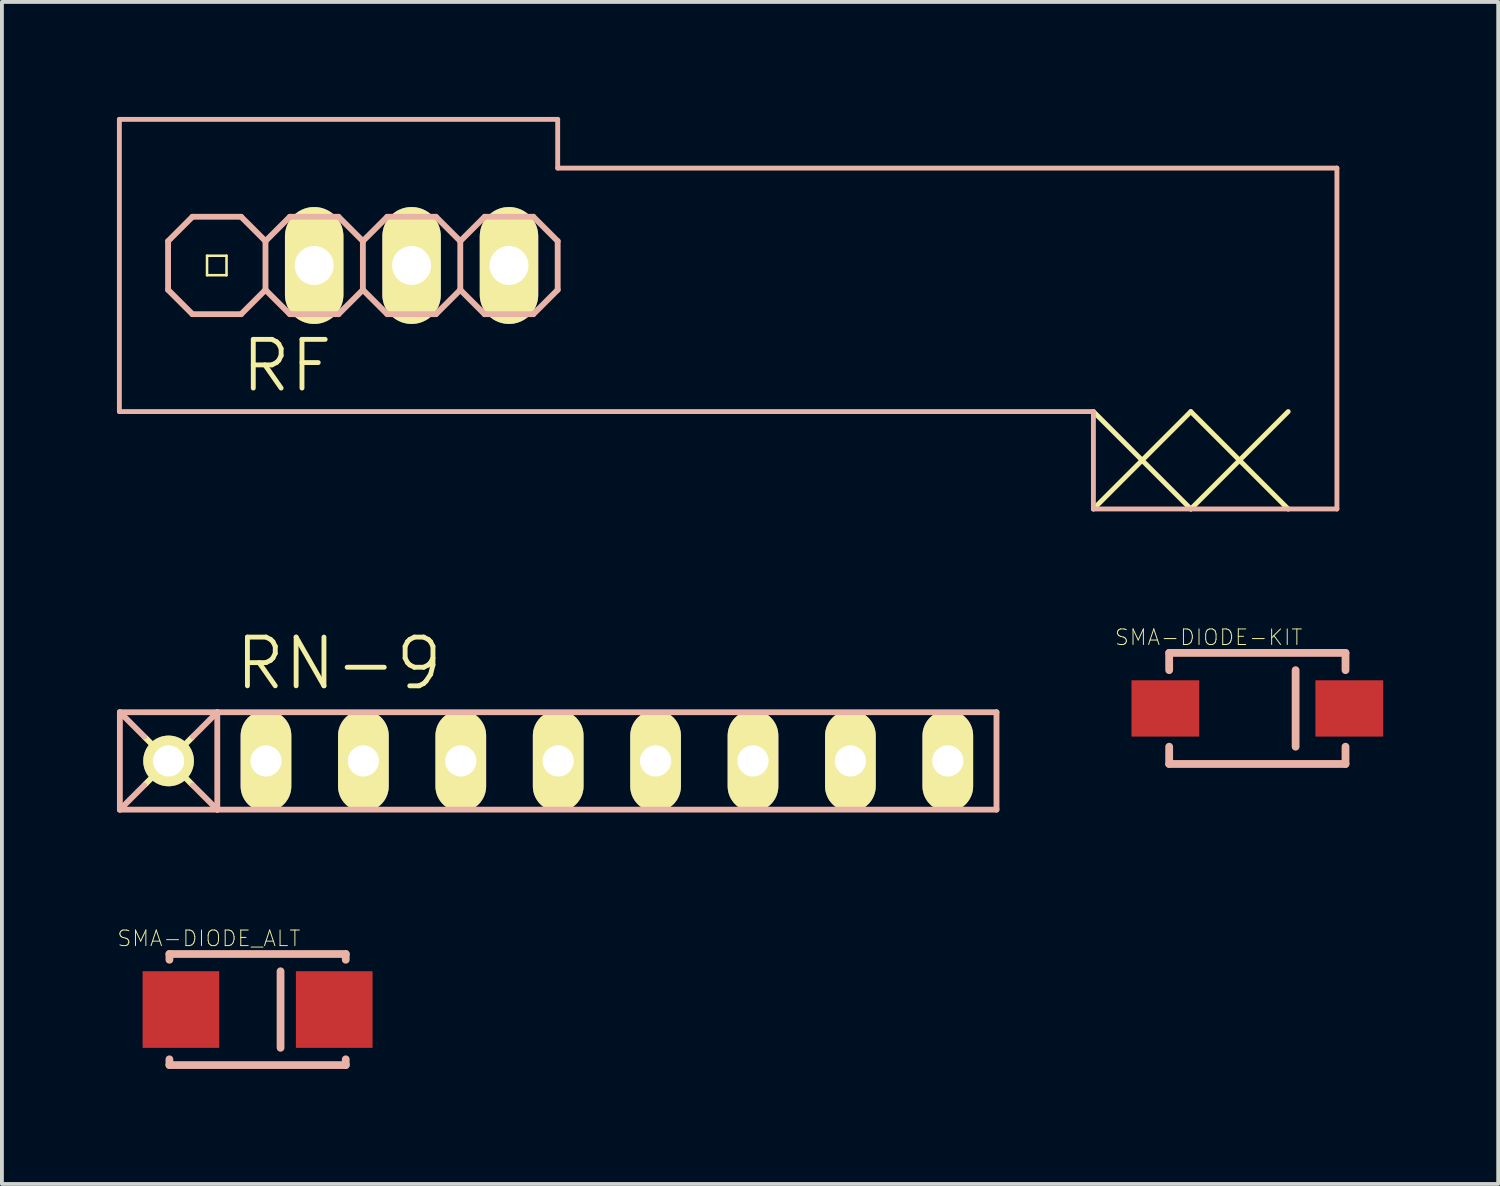
<source format=kicad_pcb>
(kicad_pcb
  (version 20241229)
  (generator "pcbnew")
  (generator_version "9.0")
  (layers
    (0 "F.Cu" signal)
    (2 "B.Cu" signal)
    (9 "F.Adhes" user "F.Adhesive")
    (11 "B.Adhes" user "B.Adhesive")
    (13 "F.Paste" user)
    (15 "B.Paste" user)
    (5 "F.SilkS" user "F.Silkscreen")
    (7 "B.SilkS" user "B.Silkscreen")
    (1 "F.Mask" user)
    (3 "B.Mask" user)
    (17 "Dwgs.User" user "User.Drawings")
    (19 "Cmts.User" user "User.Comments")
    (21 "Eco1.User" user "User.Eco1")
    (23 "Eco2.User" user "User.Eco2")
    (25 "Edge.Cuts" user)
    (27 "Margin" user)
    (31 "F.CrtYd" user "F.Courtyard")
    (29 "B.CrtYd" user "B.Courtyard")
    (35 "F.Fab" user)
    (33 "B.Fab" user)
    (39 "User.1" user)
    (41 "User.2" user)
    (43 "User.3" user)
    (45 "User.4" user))
  (footprint "SMA-DIODE-KIT"
    (layer "F.Cu")
    (at 29.738 15.424)
    (property "Reference" "SMA-DIODE-KIT" (at -1.27 -1.854 0) (layer "F.SilkS") (effects (font (size 0.406 0.406) (thickness 0.025))))
    (attr smd)
    (fp_line (start -2.299 -1.448) (end 2.299 -1.448) (stroke (width 0.203) (type solid)) (layer "B.SilkS"))
    (fp_line (start -2.299 -0.998) (end -2.299 -1.448) (stroke (width 0.203) (type solid)) (layer "B.SilkS"))
    (fp_line (start -2.299 1.448) (end -2.299 0.998) (stroke (width 0.203) (type solid)) (layer "B.SilkS"))
    (fp_line (start 0.998 -0.998) (end 0.998 0.998) (stroke (width 0.203) (type solid)) (layer "B.SilkS"))
    (fp_line (start 2.299 -1.448) (end 2.299 -0.998) (stroke (width 0.203) (type solid)) (layer "B.SilkS"))
    (fp_line (start 2.299 0.998) (end 2.299 1.448) (stroke (width 0.203) (type solid)) (layer "B.SilkS"))
    (fp_line (start 2.299 1.448) (end -2.299 1.448) (stroke (width 0.203) (type solid)) (layer "B.SilkS"))
    (pad "A" smd rect (at -2.398 0 180) (size 1.768 1.468) (layers "F.Cu" "F.Mask" "F.Paste"))
    (pad "C" smd rect (at 2.398 0) (size 1.768 1.468) (layers "F.Cu" "F.Mask" "F.Paste")))
  (footprint "RF"
    (layer "F.Cu")
    (at 6.413 3.873)
    (property "Reference" "RF" (at -1.981 2.616 0) (layer "F.SilkS") (effects (font (size 1.27 1.27) (thickness 0.127))))
    (attr exclude_from_pos_files exclude_from_bom)
    (fp_line (start -4.064 -0.254) (end -3.556 -0.254) (stroke (width 0.066) (type solid)) (layer "F.SilkS"))
    (fp_line (start -4.064 0.254) (end -4.064 -0.254) (stroke (width 0.066) (type solid)) (layer "F.SilkS"))
    (fp_line (start -4.064 0.254) (end -3.556 0.254) (stroke (width 0.066) (type solid)) (layer "F.SilkS"))
    (fp_line (start -3.556 0.254) (end -3.556 -0.254) (stroke (width 0.066) (type solid)) (layer "F.SilkS"))
    (fp_line (start -1.524 -0.254) (end -1.016 -0.254) (stroke (width 0.066) (type solid)) (layer "F.SilkS"))
    (fp_line (start -1.524 0.254) (end -1.524 -0.254) (stroke (width 0.066) (type solid)) (layer "F.SilkS"))
    (fp_line (start -1.524 0.254) (end -1.016 0.254) (stroke (width 0.066) (type solid)) (layer "F.SilkS"))
    (fp_line (start -1.016 0.254) (end -1.016 -0.254) (stroke (width 0.066) (type solid)) (layer "F.SilkS"))
    (fp_line (start 1.016 -0.254) (end 1.524 -0.254) (stroke (width 0.066) (type solid)) (layer "F.SilkS"))
    (fp_line (start 1.016 0.254) (end 1.016 -0.254) (stroke (width 0.066) (type solid)) (layer "F.SilkS"))
    (fp_line (start 1.016 0.254) (end 1.524 0.254) (stroke (width 0.066) (type solid)) (layer "F.SilkS"))
    (fp_line (start 1.524 0.254) (end 1.524 -0.254) (stroke (width 0.066) (type solid)) (layer "F.SilkS"))
    (fp_line (start 3.556 -0.254) (end 4.064 -0.254) (stroke (width 0.066) (type solid)) (layer "F.SilkS"))
    (fp_line (start 3.556 0.254) (end 3.556 -0.254) (stroke (width 0.066) (type solid)) (layer "F.SilkS"))
    (fp_line (start 3.556 0.254) (end 4.064 0.254) (stroke (width 0.066) (type solid)) (layer "F.SilkS"))
    (fp_line (start 4.064 0.254) (end 4.064 -0.254) (stroke (width 0.066) (type solid)) (layer "F.SilkS"))
    (fp_line (start 19.05 3.81) (end 21.59 6.35) (stroke (width 0.127) (type solid)) (layer "F.SilkS"))
    (fp_line (start 21.59 3.81) (end 19.05 6.35) (stroke (width 0.127) (type solid)) (layer "F.SilkS"))
    (fp_line (start 21.59 3.81) (end 24.13 6.35) (stroke (width 0.127) (type solid)) (layer "F.SilkS"))
    (fp_line (start 24.13 3.81) (end 21.59 6.35) (stroke (width 0.127) (type solid)) (layer "F.SilkS"))
    (fp_line (start -6.35 -3.81) (end 5.08 -3.81) (stroke (width 0.127) (type solid)) (layer "B.SilkS"))
    (fp_line (start -6.35 3.81) (end -6.35 -3.81) (stroke (width 0.127) (type solid)) (layer "B.SilkS"))
    (fp_line (start -5.08 -0.635) (end -5.08 0.635) (stroke (width 0.152) (type solid)) (layer "B.SilkS"))
    (fp_line (start -5.08 0.635) (end -4.445 1.27) (stroke (width 0.152) (type solid)) (layer "B.SilkS"))
    (fp_line (start -4.445 -1.27) (end -5.08 -0.635) (stroke (width 0.152) (type solid)) (layer "B.SilkS"))
    (fp_line (start -4.445 -1.27) (end -3.175 -1.27) (stroke (width 0.152) (type solid)) (layer "B.SilkS"))
    (fp_line (start -3.175 -1.27) (end -2.54 -0.635) (stroke (width 0.152) (type solid)) (layer "B.SilkS"))
    (fp_line (start -3.175 1.27) (end -4.445 1.27) (stroke (width 0.152) (type solid)) (layer "B.SilkS"))
    (fp_line (start -2.54 -0.635) (end -2.54 0.635) (stroke (width 0.152) (type solid)) (layer "B.SilkS"))
    (fp_line (start -2.54 -0.635) (end -1.905 -1.27) (stroke (width 0.152) (type solid)) (layer "B.SilkS"))
    (fp_line (start -2.54 0.635) (end -3.175 1.27) (stroke (width 0.152) (type solid)) (layer "B.SilkS"))
    (fp_line (start -1.905 -1.27) (end -0.635 -1.27) (stroke (width 0.152) (type solid)) (layer "B.SilkS"))
    (fp_line (start -1.905 1.27) (end -2.54 0.635) (stroke (width 0.152) (type solid)) (layer "B.SilkS"))
    (fp_line (start -0.635 -1.27) (end 0 -0.635) (stroke (width 0.152) (type solid)) (layer "B.SilkS"))
    (fp_line (start -0.635 1.27) (end -1.905 1.27) (stroke (width 0.152) (type solid)) (layer "B.SilkS"))
    (fp_line (start 0 -0.635) (end 0 0.635) (stroke (width 0.152) (type solid)) (layer "B.SilkS"))
    (fp_line (start 0 -0.635) (end 0.635 -1.27) (stroke (width 0.152) (type solid)) (layer "B.SilkS"))
    (fp_line (start 0 0.635) (end -0.635 1.27) (stroke (width 0.152) (type solid)) (layer "B.SilkS"))
    (fp_line (start 0.635 -1.27) (end 1.905 -1.27) (stroke (width 0.152) (type solid)) (layer "B.SilkS"))
    (fp_line (start 0.635 1.27) (end 0 0.635) (stroke (width 0.152) (type solid)) (layer "B.SilkS"))
    (fp_line (start 1.905 -1.27) (end 2.54 -0.635) (stroke (width 0.152) (type solid)) (layer "B.SilkS"))
    (fp_line (start 1.905 1.27) (end 0.635 1.27) (stroke (width 0.152) (type solid)) (layer "B.SilkS"))
    (fp_line (start 2.54 -0.635) (end 2.54 0.635) (stroke (width 0.152) (type solid)) (layer "B.SilkS"))
    (fp_line (start 2.54 0.635) (end 1.905 1.27) (stroke (width 0.152) (type solid)) (layer "B.SilkS"))
    (fp_line (start 2.54 0.635) (end 3.175 1.27) (stroke (width 0.152) (type solid)) (layer "B.SilkS"))
    (fp_line (start 3.175 -1.27) (end 2.54 -0.635) (stroke (width 0.152) (type solid)) (layer "B.SilkS"))
    (fp_line (start 3.175 -1.27) (end 4.445 -1.27) (stroke (width 0.152) (type solid)) (layer "B.SilkS"))
    (fp_line (start 4.445 -1.27) (end 5.08 -0.635) (stroke (width 0.152) (type solid)) (layer "B.SilkS"))
    (fp_line (start 4.445 1.27) (end 3.175 1.27) (stroke (width 0.152) (type solid)) (layer "B.SilkS"))
    (fp_line (start 5.08 -3.81) (end 5.08 -2.54) (stroke (width 0.127) (type solid)) (layer "B.SilkS"))
    (fp_line (start 5.08 -2.54) (end 25.4 -2.54) (stroke (width 0.127) (type solid)) (layer "B.SilkS"))
    (fp_line (start 5.08 -0.635) (end 5.08 0.635) (stroke (width 0.152) (type solid)) (layer "B.SilkS"))
    (fp_line (start 5.08 0.635) (end 4.445 1.27) (stroke (width 0.152) (type solid)) (layer "B.SilkS"))
    (fp_line (start 19.05 3.81) (end -6.35 3.81) (stroke (width 0.127) (type solid)) (layer "B.SilkS"))
    (fp_line (start 19.05 6.35) (end 19.05 3.81) (stroke (width 0.127) (type solid)) (layer "B.SilkS"))
    (fp_line (start 21.59 6.35) (end 19.05 6.35) (stroke (width 0.127) (type solid)) (layer "B.SilkS"))
    (fp_line (start 24.13 6.35) (end 21.59 6.35) (stroke (width 0.127) (type solid)) (layer "B.SilkS"))
    (fp_line (start 25.4 -2.54) (end 25.4 6.35) (stroke (width 0.127) (type solid)) (layer "B.SilkS"))
    (fp_line (start 25.4 6.35) (end 24.13 6.35) (stroke (width 0.127) (type solid)) (layer "B.SilkS"))
    (pad "1" thru_hole rect (at -3.81 0) (size 0.001 0.001) (drill 1.016) (layers "*.Cu" "F.Mask" "F.SilkS" "F.Paste"))
    (pad "2" thru_hole oval (at -1.27 0 180) (size 1.524 3.048) (drill 1.016) (layers "*.Cu" "F.Mask" "F.SilkS" "F.Paste"))
    (pad "3" thru_hole oval (at 1.27 0 180) (size 1.524 3.048) (drill 1.016) (layers "*.Cu" "F.Mask" "F.SilkS" "F.Paste"))
    (pad "4" thru_hole oval (at 3.81 0 180) (size 1.524 3.048) (drill 1.016) (layers "*.Cu" "F.Mask" "F.SilkS" "F.Paste")))
  (footprint "RN-9"
    (layer "F.Cu")
    (at 11.506 16.793)
    (property "Reference" "RN-9" (at -5.715 -2.54 0) (layer "F.SilkS") (effects (font (size 1.27 1.27) (thickness 0.127))))
    (attr exclude_from_pos_files exclude_from_bom)
    (fp_line (start -10.77 -0.61) (end -9.55 0.61) (stroke (width 0.152) (type solid)) (layer "F.SilkS"))
    (fp_line (start -10.77 0.61) (end -9.55 -0.61) (stroke (width 0.152) (type solid)) (layer "F.SilkS"))
    (fp_line (start -11.43 -1.27) (end -11.43 1.27) (stroke (width 0.152) (type solid)) (layer "B.SilkS"))
    (fp_line (start -11.43 -1.27) (end -10.795 -0.635) (stroke (width 0.152) (type solid)) (layer "B.SilkS"))
    (fp_line (start -11.43 1.27) (end -10.795 0.635) (stroke (width 0.152) (type solid)) (layer "B.SilkS"))
    (fp_line (start -11.43 1.27) (end -8.89 1.27) (stroke (width 0.152) (type solid)) (layer "B.SilkS"))
    (fp_line (start -8.89 -1.27) (end -11.43 -1.27) (stroke (width 0.152) (type solid)) (layer "B.SilkS"))
    (fp_line (start -8.89 -1.27) (end -9.525 -0.635) (stroke (width 0.152) (type solid)) (layer "B.SilkS"))
    (fp_line (start -8.89 -1.27) (end -8.89 1.27) (stroke (width 0.152) (type solid)) (layer "B.SilkS"))
    (fp_line (start -8.89 1.27) (end -9.525 0.635) (stroke (width 0.152) (type solid)) (layer "B.SilkS"))
    (fp_line (start -8.89 1.27) (end 11.43 1.27) (stroke (width 0.152) (type solid)) (layer "B.SilkS"))
    (fp_line (start 11.43 -1.27) (end -8.89 -1.27) (stroke (width 0.152) (type solid)) (layer "B.SilkS"))
    (fp_line (start 11.43 1.27) (end 11.43 -1.27) (stroke (width 0.152) (type solid)) (layer "B.SilkS"))
    (pad "1" thru_hole circle (at -10.16 0) (size 1.321 1.321) (drill 0.813) (layers "*.Cu" "F.Mask" "F.SilkS" "F.Paste"))
    (pad "2" thru_hole oval (at -7.62 0 180) (size 1.321 2.642) (drill 0.813) (layers "*.Cu" "F.Mask" "F.SilkS" "F.Paste"))
    (pad "3" thru_hole oval (at -5.08 0 180) (size 1.321 2.642) (drill 0.813) (layers "*.Cu" "F.Mask" "F.SilkS" "F.Paste"))
    (pad "4" thru_hole oval (at -2.54 0 180) (size 1.321 2.642) (drill 0.813) (layers "*.Cu" "F.Mask" "F.SilkS" "F.Paste"))
    (pad "5" thru_hole oval (at 0 0 180) (size 1.321 2.642) (drill 0.813) (layers "*.Cu" "F.Mask" "F.SilkS" "F.Paste"))
    (pad "6" thru_hole oval (at 2.54 0 180) (size 1.321 2.642) (drill 0.813) (layers "*.Cu" "F.Mask" "F.SilkS" "F.Paste"))
    (pad "7" thru_hole oval (at 5.08 0 180) (size 1.321 2.642) (drill 0.813) (layers "*.Cu" "F.Mask" "F.SilkS" "F.Paste"))
    (pad "8" thru_hole oval (at 7.62 0 180) (size 1.321 2.642) (drill 0.813) (layers "*.Cu" "F.Mask" "F.SilkS" "F.Paste"))
    (pad "9" thru_hole oval (at 10.16 0 180) (size 1.321 2.642) (drill 0.813) (layers "*.Cu" "F.Mask" "F.SilkS" "F.Paste")))
  (footprint "SMA-DIODE_ALT"
    (layer "F.Cu")
    (at 3.667 23.276)
    (property "Reference" "SMA-DIODE_ALT" (at -1.27 -1.854 0) (layer "F.SilkS") (effects (font (size 0.406 0.406) (thickness 0.025))))
    (attr smd)
    (fp_line (start -2.299 -1.448) (end 2.299 -1.448) (stroke (width 0.203) (type solid)) (layer "B.SilkS"))
    (fp_line (start -2.299 -1.298) (end -2.299 -1.448) (stroke (width 0.203) (type solid)) (layer "B.SilkS"))
    (fp_line (start -2.299 1.448) (end -2.299 1.298) (stroke (width 0.203) (type solid)) (layer "B.SilkS"))
    (fp_line (start 0.599 -0.998) (end 0.599 0.998) (stroke (width 0.203) (type solid)) (layer "B.SilkS"))
    (fp_line (start 2.299 -1.448) (end 2.299 -1.298) (stroke (width 0.203) (type solid)) (layer "B.SilkS"))
    (fp_line (start 2.299 1.298) (end 2.299 1.448) (stroke (width 0.203) (type solid)) (layer "B.SilkS"))
    (fp_line (start 2.299 1.448) (end -2.299 1.448) (stroke (width 0.203) (type solid)) (layer "B.SilkS"))
    (pad "A" smd rect (at -1.999 0 180) (size 1.999 1.999) (layers "F.Cu" "F.Mask" "F.Paste"))
    (pad "C" smd rect (at 1.999 0) (size 1.999 1.999) (layers "F.Cu" "F.Mask" "F.Paste")))
  (gr_rect
    (start -3 -3)
    (end 36.019 27.825)
    (stroke (width 0.1) (type default))
    (fill no)
    (layer "Edge.Cuts")))
</source>
